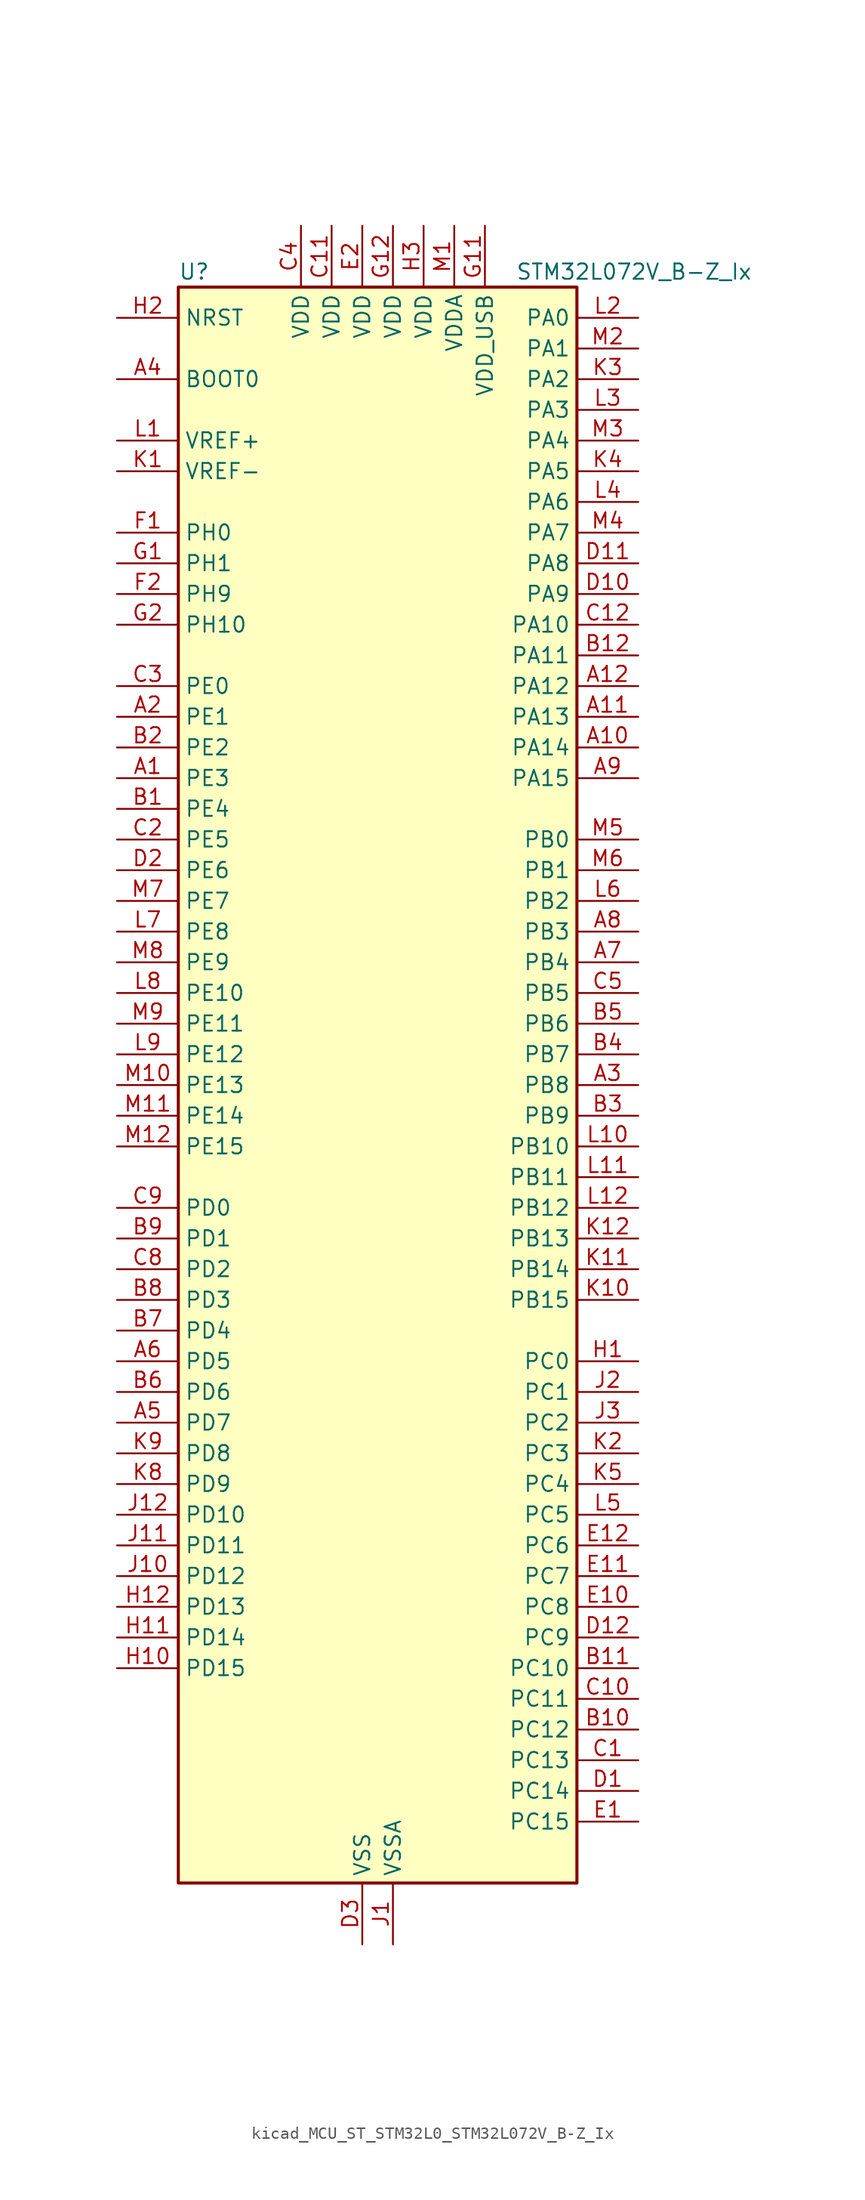
<source format=kicad_sym>
(kicad_symbol_lib
  (version 20220914)
  (generator kicad_symbol_editor)
  (symbol "kicad_MCU_ST_STM32L0_STM32L072V_B-Z_Ix"
    (property "Reference" "U"
      (at -15.24 67.31 0)
      (effects (font (size 1.27 1.27)) (justify left)))
    (property "Value" "STM32L072V_B-Z_Ix"
      (at 12.7 67.31 0)
      (effects (font (size 1.27 1.27)) (justify left)))
    (property "ki_locked" ""
      (at 0 0 0)
      (effects (font (size 1.27 1.27))))
    (symbol "kicad_MCU_ST_STM32L0_STM32L072V_B-Z_Ix_0_1"
      (rectangle (start -15.24 -66.04) (end 17.78 66.04) (stroke (width 0.254) (type default)) (fill (type background))))
    (symbol "kicad_MCU_ST_STM32L0_STM32L072V_B-Z_Ix_1_1"
      (pin bidirectional line (at -20.32 25.4 0) (length 5.08) (name "PE3" (effects (font (size 1.27 1.27)))) (number "A1" (effects (font (size 1.27 1.27)))) (alternate "TIM22_CH1" bidirectional line) (alternate "TIM3_CH1" bidirectional line))
      (pin bidirectional line (at 22.86 27.94 180) (length 5.08) (name "PA14" (effects (font (size 1.27 1.27)))) (number "A10" (effects (font (size 1.27 1.27)))) (alternate "LPUART1_TX" bidirectional line) (alternate "SYS_SWCLK" bidirectional line) (alternate "USART2_TX" bidirectional line))
      (pin bidirectional line (at 22.86 30.48 180) (length 5.08) (name "PA13" (effects (font (size 1.27 1.27)))) (number "A11" (effects (font (size 1.27 1.27)))) (alternate "LPUART1_RX" bidirectional line) (alternate "SYS_SWDIO" bidirectional line) (alternate "USB_NOE" bidirectional line))
      (pin bidirectional line (at 22.86 33.02 180) (length 5.08) (name "PA12" (effects (font (size 1.27 1.27)))) (number "A12" (effects (font (size 1.27 1.27)))) (alternate "COMP2_OUT" bidirectional line) (alternate "SPI1_MOSI" bidirectional line) (alternate "TSC_G4_IO4" bidirectional line) (alternate "USART1_DE" bidirectional line) (alternate "USART1_RTS" bidirectional line) (alternate "USB_DP" bidirectional line))
      (pin bidirectional line (at -20.32 30.48 0) (length 5.08) (name "PE1" (effects (font (size 1.27 1.27)))) (number "A2" (effects (font (size 1.27 1.27)))))
      (pin bidirectional line (at 22.86 0 180) (length 5.08) (name "PB8" (effects (font (size 1.27 1.27)))) (number "A3" (effects (font (size 1.27 1.27)))) (alternate "I2C1_SCL" bidirectional line) (alternate "TSC_SYNC" bidirectional line))
      (pin input line (at -20.32 58.42 0) (length 5.08) (name "BOOT0" (effects (font (size 1.27 1.27)))) (number "A4" (effects (font (size 1.27 1.27)))))
      (pin bidirectional line (at -20.32 -27.94 0) (length 5.08) (name "PD7" (effects (font (size 1.27 1.27)))) (number "A5" (effects (font (size 1.27 1.27)))) (alternate "TIM21_CH2" bidirectional line) (alternate "USART2_CK" bidirectional line))
      (pin bidirectional line (at -20.32 -22.86 0) (length 5.08) (name "PD5" (effects (font (size 1.27 1.27)))) (number "A6" (effects (font (size 1.27 1.27)))) (alternate "USART2_TX" bidirectional line))
      (pin bidirectional line (at 22.86 10.16 180) (length 5.08) (name "PB4" (effects (font (size 1.27 1.27)))) (number "A7" (effects (font (size 1.27 1.27)))) (alternate "COMP2_INP" bidirectional line) (alternate "I2C3_SDA" bidirectional line) (alternate "SPI1_MISO" bidirectional line) (alternate "TIM22_CH1" bidirectional line) (alternate "TIM3_CH1" bidirectional line) (alternate "TSC_G5_IO2" bidirectional line) (alternate "USART1_CTS" bidirectional line) (alternate "USART5_RX" bidirectional line))
      (pin bidirectional line (at 22.86 12.7 180) (length 5.08) (name "PB3" (effects (font (size 1.27 1.27)))) (number "A8" (effects (font (size 1.27 1.27)))) (alternate "COMP2_INM" bidirectional line) (alternate "SPI1_SCK" bidirectional line) (alternate "TIM2_CH2" bidirectional line) (alternate "TSC_G5_IO1" bidirectional line) (alternate "USART1_DE" bidirectional line) (alternate "USART1_RTS" bidirectional line) (alternate "USART5_TX" bidirectional line))
      (pin bidirectional line (at 22.86 25.4 180) (length 5.08) (name "PA15" (effects (font (size 1.27 1.27)))) (number "A9" (effects (font (size 1.27 1.27)))) (alternate "SPI1_NSS" bidirectional line) (alternate "TIM2_CH1" bidirectional line) (alternate "TIM2_ETR" bidirectional line) (alternate "USART2_RX" bidirectional line) (alternate "USART4_DE" bidirectional line) (alternate "USART4_RTS" bidirectional line))
      (pin bidirectional line (at -20.32 22.86 0) (length 5.08) (name "PE4" (effects (font (size 1.27 1.27)))) (number "B1" (effects (font (size 1.27 1.27)))) (alternate "TIM22_CH2" bidirectional line) (alternate "TIM3_CH2" bidirectional line))
      (pin bidirectional line (at 22.86 -53.34 180) (length 5.08) (name "PC12" (effects (font (size 1.27 1.27)))) (number "B10" (effects (font (size 1.27 1.27)))) (alternate "USART4_CK" bidirectional line) (alternate "USART5_TX" bidirectional line))
      (pin bidirectional line (at 22.86 -48.26 180) (length 5.08) (name "PC10" (effects (font (size 1.27 1.27)))) (number "B11" (effects (font (size 1.27 1.27)))) (alternate "LPUART1_TX" bidirectional line) (alternate "USART4_TX" bidirectional line))
      (pin bidirectional line (at 22.86 35.56 180) (length 5.08) (name "PA11" (effects (font (size 1.27 1.27)))) (number "B12" (effects (font (size 1.27 1.27)))) (alternate "ADC_EXTI11" bidirectional line) (alternate "COMP1_OUT" bidirectional line) (alternate "SPI1_MISO" bidirectional line) (alternate "TSC_G4_IO3" bidirectional line) (alternate "USART1_CTS" bidirectional line) (alternate "USB_DM" bidirectional line))
      (pin bidirectional line (at -20.32 27.94 0) (length 5.08) (name "PE2" (effects (font (size 1.27 1.27)))) (number "B2" (effects (font (size 1.27 1.27)))) (alternate "TIM3_ETR" bidirectional line))
      (pin bidirectional line (at 22.86 -2.54 180) (length 5.08) (name "PB9" (effects (font (size 1.27 1.27)))) (number "B3" (effects (font (size 1.27 1.27)))) (alternate "DAC_EXTI9" bidirectional line) (alternate "I2C1_SDA" bidirectional line) (alternate "I2S2_WS" bidirectional line) (alternate "SPI2_NSS" bidirectional line))
      (pin bidirectional line (at 22.86 2.54 180) (length 5.08) (name "PB7" (effects (font (size 1.27 1.27)))) (number "B4" (effects (font (size 1.27 1.27)))) (alternate "COMP2_INP" bidirectional line) (alternate "I2C1_SDA" bidirectional line) (alternate "LPTIM1_IN2" bidirectional line) (alternate "SYS_PVD_IN" bidirectional line) (alternate "TSC_G5_IO4" bidirectional line) (alternate "USART1_RX" bidirectional line) (alternate "USART4_CTS" bidirectional line))
      (pin bidirectional line (at 22.86 5.08 180) (length 5.08) (name "PB6" (effects (font (size 1.27 1.27)))) (number "B5" (effects (font (size 1.27 1.27)))) (alternate "COMP2_INP" bidirectional line) (alternate "I2C1_SCL" bidirectional line) (alternate "LPTIM1_ETR" bidirectional line) (alternate "TSC_G5_IO3" bidirectional line) (alternate "USART1_TX" bidirectional line))
      (pin bidirectional line (at -20.32 -25.4 0) (length 5.08) (name "PD6" (effects (font (size 1.27 1.27)))) (number "B6" (effects (font (size 1.27 1.27)))) (alternate "USART2_RX" bidirectional line))
      (pin bidirectional line (at -20.32 -20.32 0) (length 5.08) (name "PD4" (effects (font (size 1.27 1.27)))) (number "B7" (effects (font (size 1.27 1.27)))) (alternate "I2S2_SD" bidirectional line) (alternate "SPI2_MOSI" bidirectional line) (alternate "USART2_DE" bidirectional line) (alternate "USART2_RTS" bidirectional line))
      (pin bidirectional line (at -20.32 -17.78 0) (length 5.08) (name "PD3" (effects (font (size 1.27 1.27)))) (number "B8" (effects (font (size 1.27 1.27)))) (alternate "I2S2_MCK" bidirectional line) (alternate "SPI2_MISO" bidirectional line) (alternate "USART2_CTS" bidirectional line))
      (pin bidirectional line (at -20.32 -12.7 0) (length 5.08) (name "PD1" (effects (font (size 1.27 1.27)))) (number "B9" (effects (font (size 1.27 1.27)))) (alternate "I2S2_CK" bidirectional line) (alternate "SPI2_SCK" bidirectional line))
      (pin bidirectional line (at 22.86 -55.88 180) (length 5.08) (name "PC13" (effects (font (size 1.27 1.27)))) (number "C1" (effects (font (size 1.27 1.27)))) (alternate "RTC_OUT_ALARM" bidirectional line) (alternate "RTC_OUT_CALIB" bidirectional line) (alternate "RTC_TAMP1" bidirectional line) (alternate "RTC_TS" bidirectional line) (alternate "SYS_WKUP2" bidirectional line))
      (pin bidirectional line (at 22.86 -50.8 180) (length 5.08) (name "PC11" (effects (font (size 1.27 1.27)))) (number "C10" (effects (font (size 1.27 1.27)))) (alternate "ADC_EXTI11" bidirectional line) (alternate "LPUART1_RX" bidirectional line) (alternate "USART4_RX" bidirectional line))
      (pin power_in line (at -2.54 71.12 270) (length 5.08) (name "VDD" (effects (font (size 1.27 1.27)))) (number "C11" (effects (font (size 1.27 1.27)))))
      (pin bidirectional line (at 22.86 38.1 180) (length 5.08) (name "PA10" (effects (font (size 1.27 1.27)))) (number "C12" (effects (font (size 1.27 1.27)))) (alternate "I2C1_SDA" bidirectional line) (alternate "TSC_G4_IO2" bidirectional line) (alternate "USART1_RX" bidirectional line))
      (pin bidirectional line (at -20.32 20.32 0) (length 5.08) (name "PE5" (effects (font (size 1.27 1.27)))) (number "C2" (effects (font (size 1.27 1.27)))) (alternate "TIM21_CH1" bidirectional line) (alternate "TIM3_CH3" bidirectional line))
      (pin bidirectional line (at -20.32 33.02 0) (length 5.08) (name "PE0" (effects (font (size 1.27 1.27)))) (number "C3" (effects (font (size 1.27 1.27)))))
      (pin power_in line (at -5.08 71.12 270) (length 5.08) (name "VDD" (effects (font (size 1.27 1.27)))) (number "C4" (effects (font (size 1.27 1.27)))))
      (pin bidirectional line (at 22.86 7.62 180) (length 5.08) (name "PB5" (effects (font (size 1.27 1.27)))) (number "C5" (effects (font (size 1.27 1.27)))) (alternate "COMP2_INP" bidirectional line) (alternate "I2C1_SMBA" bidirectional line) (alternate "LPTIM1_IN1" bidirectional line) (alternate "SPI1_MOSI" bidirectional line) (alternate "TIM22_CH2" bidirectional line) (alternate "TIM3_CH2" bidirectional line) (alternate "USART1_CK" bidirectional line) (alternate "USART5_CK" bidirectional line) (alternate "USART5_DE" bidirectional line) (alternate "USART5_RTS" bidirectional line))
      (pin bidirectional line (at -20.32 -15.24 0) (length 5.08) (name "PD2" (effects (font (size 1.27 1.27)))) (number "C8" (effects (font (size 1.27 1.27)))) (alternate "LPUART1_DE" bidirectional line) (alternate "LPUART1_RTS" bidirectional line) (alternate "TIM3_ETR" bidirectional line) (alternate "USART5_RX" bidirectional line))
      (pin bidirectional line (at -20.32 -10.16 0) (length 5.08) (name "PD0" (effects (font (size 1.27 1.27)))) (number "C9" (effects (font (size 1.27 1.27)))) (alternate "I2S2_WS" bidirectional line) (alternate "SPI2_NSS" bidirectional line) (alternate "TIM21_CH1" bidirectional line))
      (pin bidirectional line (at 22.86 -58.42 180) (length 5.08) (name "PC14" (effects (font (size 1.27 1.27)))) (number "D1" (effects (font (size 1.27 1.27)))) (alternate "RCC_OSC32_IN" bidirectional line))
      (pin bidirectional line (at 22.86 40.64 180) (length 5.08) (name "PA9" (effects (font (size 1.27 1.27)))) (number "D10" (effects (font (size 1.27 1.27)))) (alternate "DAC_EXTI9" bidirectional line) (alternate "I2C1_SCL" bidirectional line) (alternate "I2C3_SMBA" bidirectional line) (alternate "RCC_MCO" bidirectional line) (alternate "TSC_G4_IO1" bidirectional line) (alternate "USART1_TX" bidirectional line))
      (pin bidirectional line (at 22.86 43.18 180) (length 5.08) (name "PA8" (effects (font (size 1.27 1.27)))) (number "D11" (effects (font (size 1.27 1.27)))) (alternate "CRS_SYNC" bidirectional line) (alternate "I2C3_SCL" bidirectional line) (alternate "RCC_MCO" bidirectional line) (alternate "USART1_CK" bidirectional line))
      (pin bidirectional line (at 22.86 -45.72 180) (length 5.08) (name "PC9" (effects (font (size 1.27 1.27)))) (number "D12" (effects (font (size 1.27 1.27)))) (alternate "DAC_EXTI9" bidirectional line) (alternate "I2C3_SDA" bidirectional line) (alternate "TIM21_ETR" bidirectional line) (alternate "TIM3_CH4" bidirectional line) (alternate "TSC_G8_IO4" bidirectional line) (alternate "USB_NOE" bidirectional line))
      (pin bidirectional line (at -20.32 17.78 0) (length 5.08) (name "PE6" (effects (font (size 1.27 1.27)))) (number "D2" (effects (font (size 1.27 1.27)))) (alternate "RTC_TAMP3" bidirectional line) (alternate "SYS_WKUP3" bidirectional line) (alternate "TIM21_CH2" bidirectional line) (alternate "TIM3_CH4" bidirectional line))
      (pin power_in line (at 0 -71.12 90) (length 5.08) (name "VSS" (effects (font (size 1.27 1.27)))) (number "D3" (effects (font (size 1.27 1.27)))))
      (pin bidirectional line (at 22.86 -60.96 180) (length 5.08) (name "PC15" (effects (font (size 1.27 1.27)))) (number "E1" (effects (font (size 1.27 1.27)))) (alternate "RCC_OSC32_OUT" bidirectional line))
      (pin bidirectional line (at 22.86 -43.18 180) (length 5.08) (name "PC8" (effects (font (size 1.27 1.27)))) (number "E10" (effects (font (size 1.27 1.27)))) (alternate "TIM22_ETR" bidirectional line) (alternate "TIM3_CH3" bidirectional line) (alternate "TSC_G8_IO3" bidirectional line))
      (pin bidirectional line (at 22.86 -40.64 180) (length 5.08) (name "PC7" (effects (font (size 1.27 1.27)))) (number "E11" (effects (font (size 1.27 1.27)))) (alternate "TIM22_CH2" bidirectional line) (alternate "TIM3_CH2" bidirectional line) (alternate "TSC_G8_IO2" bidirectional line))
      (pin bidirectional line (at 22.86 -38.1 180) (length 5.08) (name "PC6" (effects (font (size 1.27 1.27)))) (number "E12" (effects (font (size 1.27 1.27)))) (alternate "TIM22_CH1" bidirectional line) (alternate "TIM3_CH1" bidirectional line) (alternate "TSC_G8_IO1" bidirectional line))
      (pin power_in line (at 0 71.12 270) (length 5.08) (name "VDD" (effects (font (size 1.27 1.27)))) (number "E2" (effects (font (size 1.27 1.27)))))
      (pin passive line (at 0 -71.12 90) (length 5.08) hide (name "VSS" (effects (font (size 1.27 1.27)))) (number "E3" (effects (font (size 1.27 1.27)))))
      (pin bidirectional line (at -20.32 45.72 0) (length 5.08) (name "PH0" (effects (font (size 1.27 1.27)))) (number "F1" (effects (font (size 1.27 1.27)))) (alternate "CRS_SYNC" bidirectional line) (alternate "RCC_OSC_IN" bidirectional line))
      (pin passive line (at 0 -71.12 90) (length 5.08) hide (name "VSS" (effects (font (size 1.27 1.27)))) (number "F11" (effects (font (size 1.27 1.27)))))
      (pin passive line (at 0 -71.12 90) (length 5.08) hide (name "VSS" (effects (font (size 1.27 1.27)))) (number "F12" (effects (font (size 1.27 1.27)))))
      (pin bidirectional line (at -20.32 40.64 0) (length 5.08) (name "PH9" (effects (font (size 1.27 1.27)))) (number "F2" (effects (font (size 1.27 1.27)))) (alternate "DAC_EXTI9" bidirectional line))
      (pin bidirectional line (at -20.32 43.18 0) (length 5.08) (name "PH1" (effects (font (size 1.27 1.27)))) (number "G1" (effects (font (size 1.27 1.27)))) (alternate "RCC_OSC_OUT" bidirectional line))
      (pin power_in line (at 10.16 71.12 270) (length 5.08) (name "VDD_USB" (effects (font (size 1.27 1.27)))) (number "G11" (effects (font (size 1.27 1.27)))))
      (pin power_in line (at 2.54 71.12 270) (length 5.08) (name "VDD" (effects (font (size 1.27 1.27)))) (number "G12" (effects (font (size 1.27 1.27)))))
      (pin bidirectional line (at -20.32 38.1 0) (length 5.08) (name "PH10" (effects (font (size 1.27 1.27)))) (number "G2" (effects (font (size 1.27 1.27)))))
      (pin bidirectional line (at 22.86 -22.86 180) (length 5.08) (name "PC0" (effects (font (size 1.27 1.27)))) (number "H1" (effects (font (size 1.27 1.27)))) (alternate "ADC_IN10" bidirectional line) (alternate "I2C3_SCL" bidirectional line) (alternate "LPTIM1_IN1" bidirectional line) (alternate "LPUART1_RX" bidirectional line) (alternate "TSC_G7_IO1" bidirectional line))
      (pin bidirectional line (at -20.32 -48.26 0) (length 5.08) (name "PD15" (effects (font (size 1.27 1.27)))) (number "H10" (effects (font (size 1.27 1.27)))) (alternate "CRS_SYNC" bidirectional line))
      (pin bidirectional line (at -20.32 -45.72 0) (length 5.08) (name "PD14" (effects (font (size 1.27 1.27)))) (number "H11" (effects (font (size 1.27 1.27)))))
      (pin bidirectional line (at -20.32 -43.18 0) (length 5.08) (name "PD13" (effects (font (size 1.27 1.27)))) (number "H12" (effects (font (size 1.27 1.27)))))
      (pin input line (at -20.32 63.5 0) (length 5.08) (name "NRST" (effects (font (size 1.27 1.27)))) (number "H2" (effects (font (size 1.27 1.27)))))
      (pin power_in line (at 5.08 71.12 270) (length 5.08) (name "VDD" (effects (font (size 1.27 1.27)))) (number "H3" (effects (font (size 1.27 1.27)))))
      (pin power_in line (at 2.54 -71.12 90) (length 5.08) (name "VSSA" (effects (font (size 1.27 1.27)))) (number "J1" (effects (font (size 1.27 1.27)))))
      (pin bidirectional line (at -20.32 -40.64 0) (length 5.08) (name "PD12" (effects (font (size 1.27 1.27)))) (number "J10" (effects (font (size 1.27 1.27)))) (alternate "LPUART1_DE" bidirectional line) (alternate "LPUART1_RTS" bidirectional line))
      (pin bidirectional line (at -20.32 -38.1 0) (length 5.08) (name "PD11" (effects (font (size 1.27 1.27)))) (number "J11" (effects (font (size 1.27 1.27)))) (alternate "ADC_EXTI11" bidirectional line) (alternate "LPUART1_CTS" bidirectional line))
      (pin bidirectional line (at -20.32 -35.56 0) (length 5.08) (name "PD10" (effects (font (size 1.27 1.27)))) (number "J12" (effects (font (size 1.27 1.27)))))
      (pin bidirectional line (at 22.86 -25.4 180) (length 5.08) (name "PC1" (effects (font (size 1.27 1.27)))) (number "J2" (effects (font (size 1.27 1.27)))) (alternate "ADC_IN11" bidirectional line) (alternate "I2C3_SDA" bidirectional line) (alternate "LPTIM1_OUT" bidirectional line) (alternate "LPUART1_TX" bidirectional line) (alternate "TSC_G7_IO2" bidirectional line))
      (pin bidirectional line (at 22.86 -27.94 180) (length 5.08) (name "PC2" (effects (font (size 1.27 1.27)))) (number "J3" (effects (font (size 1.27 1.27)))) (alternate "ADC_IN12" bidirectional line) (alternate "I2S2_MCK" bidirectional line) (alternate "LPTIM1_IN2" bidirectional line) (alternate "SPI2_MISO" bidirectional line) (alternate "TSC_G7_IO3" bidirectional line))
      (pin input line (at -20.32 50.8 0) (length 5.08) (name "VREF-" (effects (font (size 1.27 1.27)))) (number "K1" (effects (font (size 1.27 1.27)))))
      (pin bidirectional line (at 22.86 -17.78 180) (length 5.08) (name "PB15" (effects (font (size 1.27 1.27)))) (number "K10" (effects (font (size 1.27 1.27)))) (alternate "I2S2_SD" bidirectional line) (alternate "RTC_REFIN" bidirectional line) (alternate "SPI2_MOSI" bidirectional line))
      (pin bidirectional line (at 22.86 -15.24 180) (length 5.08) (name "PB14" (effects (font (size 1.27 1.27)))) (number "K11" (effects (font (size 1.27 1.27)))) (alternate "I2C2_SDA" bidirectional line) (alternate "I2S2_MCK" bidirectional line) (alternate "LPUART1_DE" bidirectional line) (alternate "LPUART1_RTS" bidirectional line) (alternate "RTC_OUT_ALARM" bidirectional line) (alternate "RTC_OUT_CALIB" bidirectional line) (alternate "SPI2_MISO" bidirectional line) (alternate "TIM21_CH2" bidirectional line) (alternate "TSC_G6_IO4" bidirectional line))
      (pin bidirectional line (at 22.86 -12.7 180) (length 5.08) (name "PB13" (effects (font (size 1.27 1.27)))) (number "K12" (effects (font (size 1.27 1.27)))) (alternate "I2C2_SCL" bidirectional line) (alternate "I2S2_CK" bidirectional line) (alternate "LPUART1_CTS" bidirectional line) (alternate "RCC_MCO" bidirectional line) (alternate "SPI2_SCK" bidirectional line) (alternate "TIM21_CH1" bidirectional line) (alternate "TSC_G6_IO3" bidirectional line))
      (pin bidirectional line (at 22.86 -30.48 180) (length 5.08) (name "PC3" (effects (font (size 1.27 1.27)))) (number "K2" (effects (font (size 1.27 1.27)))) (alternate "ADC_IN13" bidirectional line) (alternate "I2S2_SD" bidirectional line) (alternate "LPTIM1_ETR" bidirectional line) (alternate "SPI2_MOSI" bidirectional line) (alternate "TSC_G7_IO4" bidirectional line))
      (pin bidirectional line (at 22.86 58.42 180) (length 5.08) (name "PA2" (effects (font (size 1.27 1.27)))) (number "K3" (effects (font (size 1.27 1.27)))) (alternate "ADC_IN2" bidirectional line) (alternate "COMP2_INM" bidirectional line) (alternate "COMP2_OUT" bidirectional line) (alternate "LPUART1_TX" bidirectional line) (alternate "TIM21_CH1" bidirectional line) (alternate "TIM2_CH3" bidirectional line) (alternate "TSC_G1_IO3" bidirectional line) (alternate "USART2_TX" bidirectional line))
      (pin bidirectional line (at 22.86 50.8 180) (length 5.08) (name "PA5" (effects (font (size 1.27 1.27)))) (number "K4" (effects (font (size 1.27 1.27)))) (alternate "ADC_IN5" bidirectional line) (alternate "COMP1_INM" bidirectional line) (alternate "COMP2_INM" bidirectional line) (alternate "DAC_OUT2" bidirectional line) (alternate "SPI1_SCK" bidirectional line) (alternate "TIM2_CH1" bidirectional line) (alternate "TIM2_ETR" bidirectional line) (alternate "TSC_G2_IO2" bidirectional line))
      (pin bidirectional line (at 22.86 -33.02 180) (length 5.08) (name "PC4" (effects (font (size 1.27 1.27)))) (number "K5" (effects (font (size 1.27 1.27)))) (alternate "ADC_IN14" bidirectional line) (alternate "LPUART1_TX" bidirectional line))
      (pin bidirectional line (at -20.32 -33.02 0) (length 5.08) (name "PD9" (effects (font (size 1.27 1.27)))) (number "K8" (effects (font (size 1.27 1.27)))) (alternate "DAC_EXTI9" bidirectional line) (alternate "LPUART1_RX" bidirectional line))
      (pin bidirectional line (at -20.32 -30.48 0) (length 5.08) (name "PD8" (effects (font (size 1.27 1.27)))) (number "K9" (effects (font (size 1.27 1.27)))) (alternate "LPUART1_TX" bidirectional line))
      (pin input line (at -20.32 53.34 0) (length 5.08) (name "VREF+" (effects (font (size 1.27 1.27)))) (number "L1" (effects (font (size 1.27 1.27)))))
      (pin bidirectional line (at 22.86 -5.08 180) (length 5.08) (name "PB10" (effects (font (size 1.27 1.27)))) (number "L10" (effects (font (size 1.27 1.27)))) (alternate "I2C2_SCL" bidirectional line) (alternate "LPUART1_RX" bidirectional line) (alternate "LPUART1_TX" bidirectional line) (alternate "SPI2_SCK" bidirectional line) (alternate "TIM2_CH3" bidirectional line) (alternate "TSC_SYNC" bidirectional line))
      (pin bidirectional line (at 22.86 -7.62 180) (length 5.08) (name "PB11" (effects (font (size 1.27 1.27)))) (number "L11" (effects (font (size 1.27 1.27)))) (alternate "ADC_EXTI11" bidirectional line) (alternate "I2C2_SDA" bidirectional line) (alternate "LPUART1_RX" bidirectional line) (alternate "LPUART1_TX" bidirectional line) (alternate "TIM2_CH4" bidirectional line) (alternate "TSC_G6_IO1" bidirectional line))
      (pin bidirectional line (at 22.86 -10.16 180) (length 5.08) (name "PB12" (effects (font (size 1.27 1.27)))) (number "L12" (effects (font (size 1.27 1.27)))) (alternate "I2S2_WS" bidirectional line) (alternate "LPUART1_DE" bidirectional line) (alternate "LPUART1_RTS" bidirectional line) (alternate "SPI2_NSS" bidirectional line) (alternate "TSC_G6_IO2" bidirectional line))
      (pin bidirectional line (at 22.86 63.5 180) (length 5.08) (name "PA0" (effects (font (size 1.27 1.27)))) (number "L2" (effects (font (size 1.27 1.27)))) (alternate "ADC_IN0" bidirectional line) (alternate "COMP1_INM" bidirectional line) (alternate "COMP1_OUT" bidirectional line) (alternate "RTC_TAMP2" bidirectional line) (alternate "SYS_WKUP1" bidirectional line) (alternate "TIM2_CH1" bidirectional line) (alternate "TIM2_ETR" bidirectional line) (alternate "TSC_G1_IO1" bidirectional line) (alternate "USART2_CTS" bidirectional line) (alternate "USART4_TX" bidirectional line))
      (pin bidirectional line (at 22.86 55.88 180) (length 5.08) (name "PA3" (effects (font (size 1.27 1.27)))) (number "L3" (effects (font (size 1.27 1.27)))) (alternate "ADC_IN3" bidirectional line) (alternate "COMP2_INP" bidirectional line) (alternate "LPUART1_RX" bidirectional line) (alternate "TIM21_CH2" bidirectional line) (alternate "TIM2_CH4" bidirectional line) (alternate "TSC_G1_IO4" bidirectional line) (alternate "USART2_RX" bidirectional line))
      (pin bidirectional line (at 22.86 48.26 180) (length 5.08) (name "PA6" (effects (font (size 1.27 1.27)))) (number "L4" (effects (font (size 1.27 1.27)))) (alternate "ADC_IN6" bidirectional line) (alternate "COMP1_OUT" bidirectional line) (alternate "LPUART1_CTS" bidirectional line) (alternate "SPI1_MISO" bidirectional line) (alternate "TIM22_CH1" bidirectional line) (alternate "TIM3_CH1" bidirectional line) (alternate "TSC_G2_IO3" bidirectional line))
      (pin bidirectional line (at 22.86 -35.56 180) (length 5.08) (name "PC5" (effects (font (size 1.27 1.27)))) (number "L5" (effects (font (size 1.27 1.27)))) (alternate "ADC_IN15" bidirectional line) (alternate "LPUART1_RX" bidirectional line) (alternate "TSC_G3_IO1" bidirectional line))
      (pin bidirectional line (at 22.86 15.24 180) (length 5.08) (name "PB2" (effects (font (size 1.27 1.27)))) (number "L6" (effects (font (size 1.27 1.27)))) (alternate "I2C3_SMBA" bidirectional line) (alternate "LPTIM1_OUT" bidirectional line) (alternate "TSC_G3_IO4" bidirectional line))
      (pin bidirectional line (at -20.32 12.7 0) (length 5.08) (name "PE8" (effects (font (size 1.27 1.27)))) (number "L7" (effects (font (size 1.27 1.27)))) (alternate "USART4_TX" bidirectional line))
      (pin bidirectional line (at -20.32 7.62 0) (length 5.08) (name "PE10" (effects (font (size 1.27 1.27)))) (number "L8" (effects (font (size 1.27 1.27)))) (alternate "TIM2_CH2" bidirectional line) (alternate "USART5_TX" bidirectional line))
      (pin bidirectional line (at -20.32 2.54 0) (length 5.08) (name "PE12" (effects (font (size 1.27 1.27)))) (number "L9" (effects (font (size 1.27 1.27)))) (alternate "SPI1_NSS" bidirectional line) (alternate "TIM2_CH4" bidirectional line))
      (pin power_in line (at 7.62 71.12 270) (length 5.08) (name "VDDA" (effects (font (size 1.27 1.27)))) (number "M1" (effects (font (size 1.27 1.27)))))
      (pin bidirectional line (at -20.32 0 0) (length 5.08) (name "PE13" (effects (font (size 1.27 1.27)))) (number "M10" (effects (font (size 1.27 1.27)))) (alternate "SPI1_SCK" bidirectional line))
      (pin bidirectional line (at -20.32 -2.54 0) (length 5.08) (name "PE14" (effects (font (size 1.27 1.27)))) (number "M11" (effects (font (size 1.27 1.27)))) (alternate "SPI1_MISO" bidirectional line))
      (pin bidirectional line (at -20.32 -5.08 0) (length 5.08) (name "PE15" (effects (font (size 1.27 1.27)))) (number "M12" (effects (font (size 1.27 1.27)))) (alternate "SPI1_MOSI" bidirectional line))
      (pin bidirectional line (at 22.86 60.96 180) (length 5.08) (name "PA1" (effects (font (size 1.27 1.27)))) (number "M2" (effects (font (size 1.27 1.27)))) (alternate "ADC_IN1" bidirectional line) (alternate "COMP1_INP" bidirectional line) (alternate "TIM21_ETR" bidirectional line) (alternate "TIM2_CH2" bidirectional line) (alternate "TSC_G1_IO2" bidirectional line) (alternate "USART2_DE" bidirectional line) (alternate "USART2_RTS" bidirectional line) (alternate "USART4_RX" bidirectional line))
      (pin bidirectional line (at 22.86 53.34 180) (length 5.08) (name "PA4" (effects (font (size 1.27 1.27)))) (number "M3" (effects (font (size 1.27 1.27)))) (alternate "ADC_IN4" bidirectional line) (alternate "COMP1_INM" bidirectional line) (alternate "COMP2_INM" bidirectional line) (alternate "DAC_OUT1" bidirectional line) (alternate "SPI1_NSS" bidirectional line) (alternate "TIM22_ETR" bidirectional line) (alternate "TSC_G2_IO1" bidirectional line) (alternate "USART2_CK" bidirectional line))
      (pin bidirectional line (at 22.86 45.72 180) (length 5.08) (name "PA7" (effects (font (size 1.27 1.27)))) (number "M4" (effects (font (size 1.27 1.27)))) (alternate "ADC_IN7" bidirectional line) (alternate "COMP2_OUT" bidirectional line) (alternate "SPI1_MOSI" bidirectional line) (alternate "TIM22_CH2" bidirectional line) (alternate "TIM3_CH2" bidirectional line) (alternate "TSC_G2_IO4" bidirectional line))
      (pin bidirectional line (at 22.86 20.32 180) (length 5.08) (name "PB0" (effects (font (size 1.27 1.27)))) (number "M5" (effects (font (size 1.27 1.27)))) (alternate "ADC_IN8" bidirectional line) (alternate "SYS_VREF_OUT_PB0" bidirectional line) (alternate "TIM3_CH3" bidirectional line) (alternate "TSC_G3_IO2" bidirectional line))
      (pin bidirectional line (at 22.86 17.78 180) (length 5.08) (name "PB1" (effects (font (size 1.27 1.27)))) (number "M6" (effects (font (size 1.27 1.27)))) (alternate "ADC_IN9" bidirectional line) (alternate "LPUART1_DE" bidirectional line) (alternate "LPUART1_RTS" bidirectional line) (alternate "SYS_VREF_OUT_PB1" bidirectional line) (alternate "TIM3_CH4" bidirectional line) (alternate "TSC_G3_IO3" bidirectional line))
      (pin bidirectional line (at -20.32 15.24 0) (length 5.08) (name "PE7" (effects (font (size 1.27 1.27)))) (number "M7" (effects (font (size 1.27 1.27)))) (alternate "USART5_CK" bidirectional line) (alternate "USART5_DE" bidirectional line) (alternate "USART5_RTS" bidirectional line))
      (pin bidirectional line (at -20.32 10.16 0) (length 5.08) (name "PE9" (effects (font (size 1.27 1.27)))) (number "M8" (effects (font (size 1.27 1.27)))) (alternate "DAC_EXTI9" bidirectional line) (alternate "TIM2_CH1" bidirectional line) (alternate "TIM2_ETR" bidirectional line) (alternate "USART4_RX" bidirectional line))
      (pin bidirectional line (at -20.32 5.08 0) (length 5.08) (name "PE11" (effects (font (size 1.27 1.27)))) (number "M9" (effects (font (size 1.27 1.27)))) (alternate "ADC_EXTI11" bidirectional line) (alternate "TIM2_CH3" bidirectional line) (alternate "USART5_RX" bidirectional line)))))
</source>
